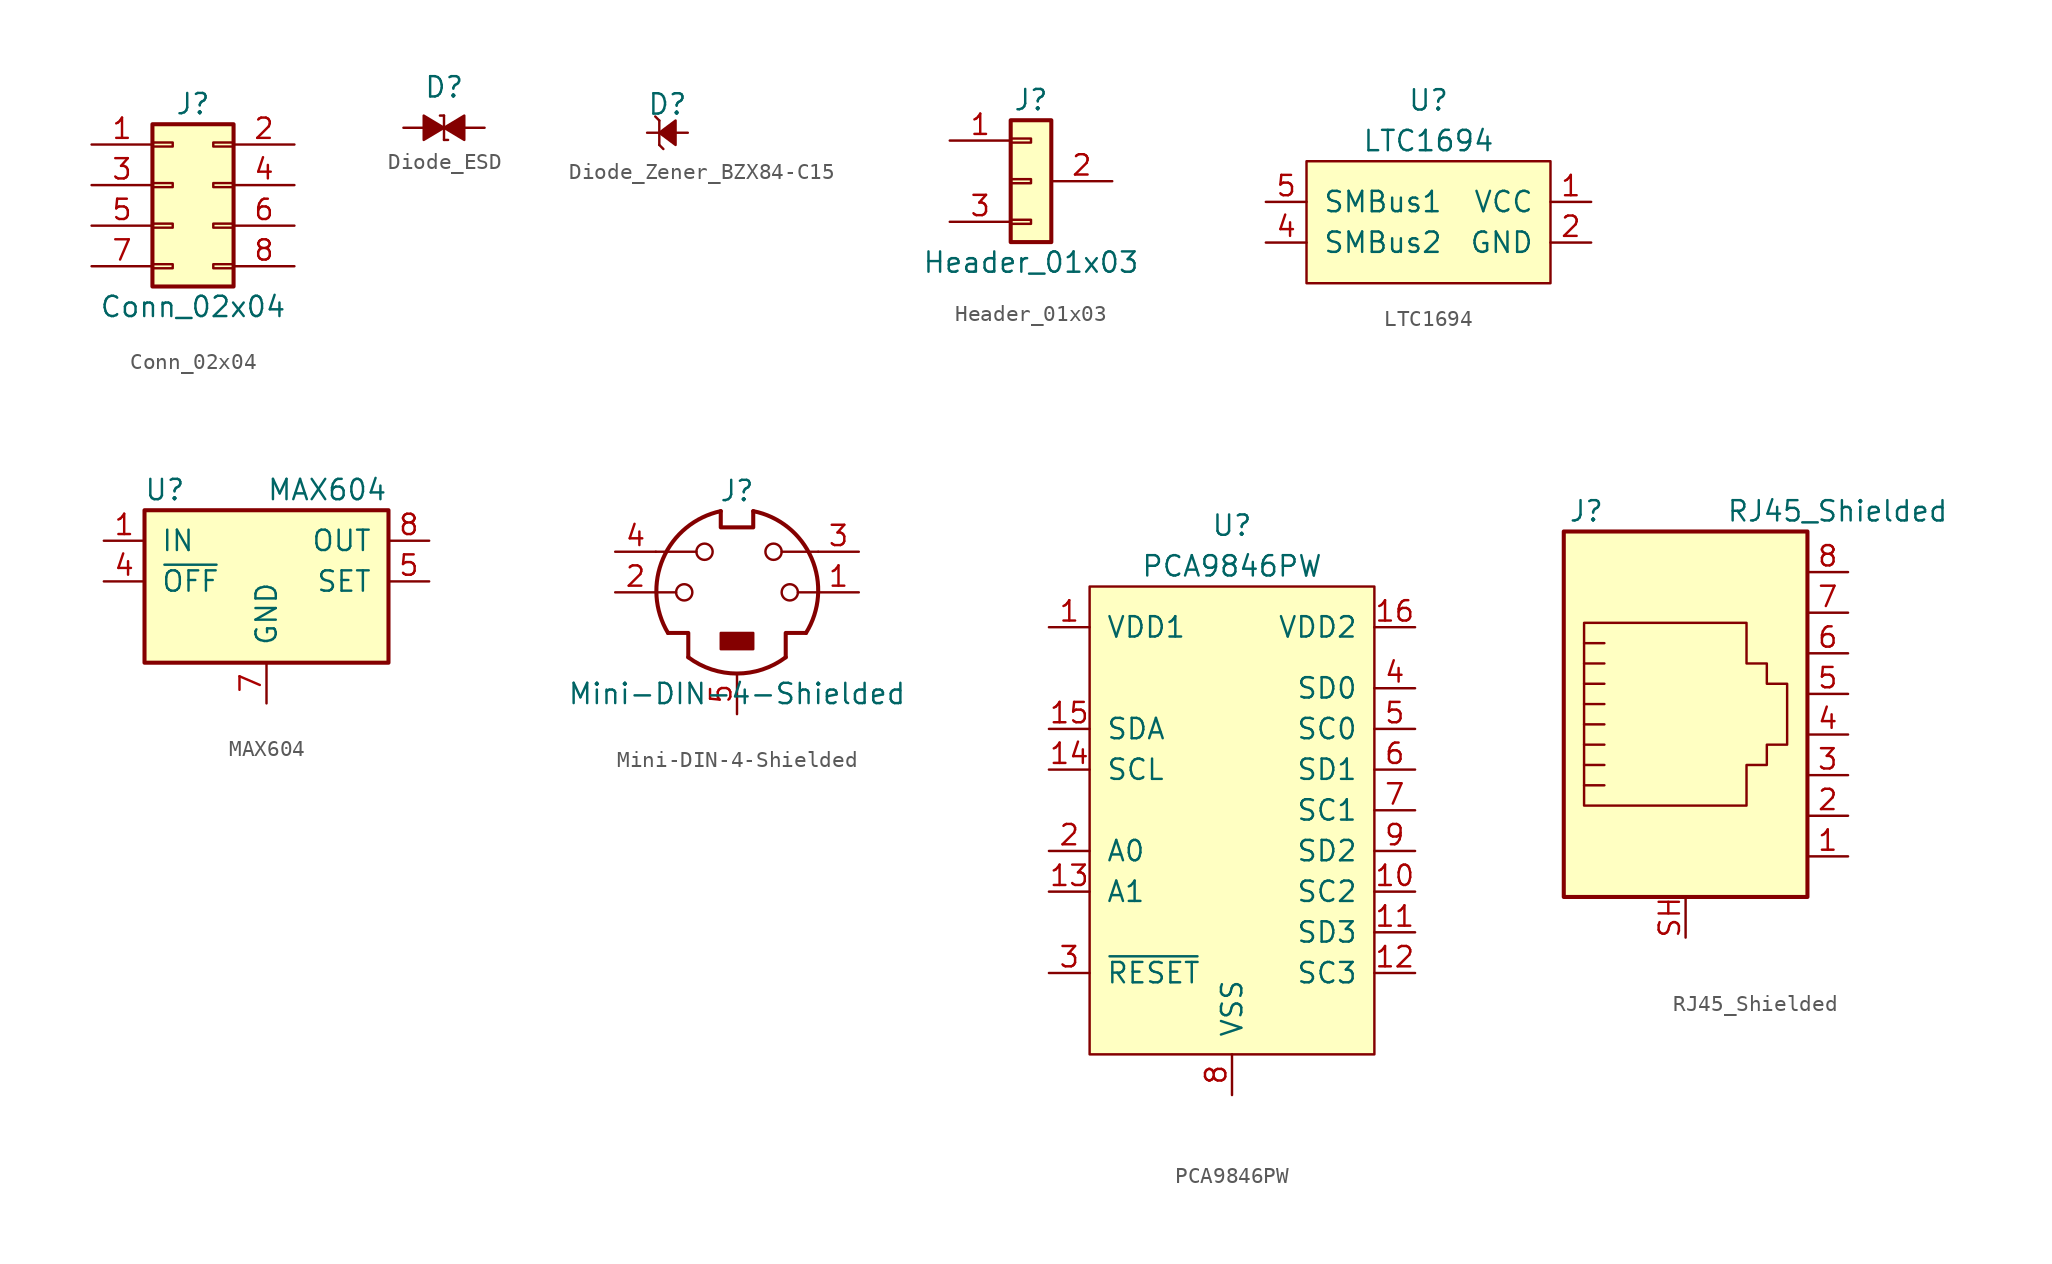
<source format=kicad_sym>
(kicad_symbol_lib
  (version 20211014)
  (generator kicad_symbol_editor)
  (symbol "Conn_02x04"
    (pin_names
      (offset 1.016) hide)
    (property "Reference" "J"
      (at 1.27 5.08 0)
      (effects (font (size 1.27 1.27))))
    (property "Value" "Conn_02x04"
      (at 1.27 -7.62 0)
      (effects (font (size 1.27 1.27))))
    (symbol "Conn_02x04_1_1"
      (rectangle (start -1.27 -4.953) (end 0 -5.207) (stroke (width 0.152) (type default) (color 0 0 0 0)) (fill (type none)))
      (rectangle (start -1.27 -2.413) (end 0 -2.667) (stroke (width 0.152) (type default) (color 0 0 0 0)) (fill (type none)))
      (rectangle (start -1.27 0.127) (end 0 -0.127) (stroke (width 0.152) (type default) (color 0 0 0 0)) (fill (type none)))
      (rectangle (start -1.27 2.667) (end 0 2.413) (stroke (width 0.152) (type default) (color 0 0 0 0)) (fill (type none)))
      (rectangle (start -1.27 3.81) (end 3.81 -6.35) (stroke (width 0.254) (type default) (color 0 0 0 0)) (fill (type background)))
      (rectangle (start 3.81 -4.953) (end 2.54 -5.207) (stroke (width 0.152) (type default) (color 0 0 0 0)) (fill (type none)))
      (rectangle (start 3.81 -2.413) (end 2.54 -2.667) (stroke (width 0.152) (type default) (color 0 0 0 0)) (fill (type none)))
      (rectangle (start 3.81 0.127) (end 2.54 -0.127) (stroke (width 0.152) (type default) (color 0 0 0 0)) (fill (type none)))
      (rectangle (start 3.81 2.667) (end 2.54 2.413) (stroke (width 0.152) (type default) (color 0 0 0 0)) (fill (type none)))
      (pin passive line (at -5.08 2.54 0) (length 3.81) (name "Pin_1" (effects (font (size 1.27 1.27)))) (number "1" (effects (font (size 1.27 1.27)))))
      (pin passive line (at 7.62 2.54 180) (length 3.81) (name "Pin_2" (effects (font (size 1.27 1.27)))) (number "2" (effects (font (size 1.27 1.27)))))
      (pin passive line (at -5.08 0 0) (length 3.81) (name "Pin_3" (effects (font (size 1.27 1.27)))) (number "3" (effects (font (size 1.27 1.27)))))
      (pin passive line (at 7.62 0 180) (length 3.81) (name "Pin_4" (effects (font (size 1.27 1.27)))) (number "4" (effects (font (size 1.27 1.27)))))
      (pin passive line (at -5.08 -2.54 0) (length 3.81) (name "Pin_5" (effects (font (size 1.27 1.27)))) (number "5" (effects (font (size 1.27 1.27)))))
      (pin passive line (at 7.62 -2.54 180) (length 3.81) (name "Pin_6" (effects (font (size 1.27 1.27)))) (number "6" (effects (font (size 1.27 1.27)))))
      (pin passive line (at -5.08 -5.08 0) (length 3.81) (name "Pin_7" (effects (font (size 1.27 1.27)))) (number "7" (effects (font (size 1.27 1.27)))))
      (pin passive line (at 7.62 -5.08 180) (length 3.81) (name "Pin_8" (effects (font (size 1.27 1.27)))) (number "8" (effects (font (size 1.27 1.27)))))))
  (symbol "Diode_ESD"
    (pin_numbers hide)
    (pin_names
      (offset 0) hide)
    (property "Reference" "D"
      (at -1.27 2.54 0)
      (effects (font (size 1.27 1.27)) (justify left)))
    (symbol "Diode_ESD_0_1"
      (polyline (pts (xy 0 -0.762) (xy 0.254 -0.762)) (stroke (width 0) (type default) (color 0 0 0 0)) (fill (type none)))
      (polyline (pts (xy 0 0.762) (xy -0.254 0.762)) (stroke (width 0) (type default) (color 0 0 0 0)) (fill (type none)))
      (polyline (pts (xy 0 0.762) (xy 0 -0.762)) (stroke (width 0) (type default) (color 0 0 0 0)) (fill (type none)))
      (polyline (pts (xy 0 0) (xy -1.27 0.762) (xy -1.27 -0.762) (xy 0 0)) (stroke (width 0) (type default) (color 0 0 0 0)) (fill (type outline)))
      (polyline (pts (xy 0 0) (xy 1.27 0.762) (xy 1.27 -0.762) (xy 0 0)) (stroke (width 0) (type default) (color 0 0 0 0)) (fill (type outline))))
    (symbol "Diode_ESD_1_1"
      (pin passive line (at -2.54 0 0) (length 1.27) (name "1" (effects (font (size 1.27 1.27)))) (number "1" (effects (font (size 1.27 1.27)))))
      (pin passive line (at 2.54 0 180) (length 1.27) (name "2" (effects (font (size 1.27 1.27)))) (number "2" (effects (font (size 1.27 1.27)))))))
  (symbol "Diode_Zener_BZX84-C15"
    (pin_numbers hide)
    (pin_names
      (offset 1.016) hide)
    (property "Reference" "D"
      (at 1.27 1.778 0)
      (effects (font (size 1.27 1.27))))
    (symbol "Diode_Zener_BZX84-C15_0_1"
      (polyline (pts (xy 0.762 -0.762) (xy 1.016 -1.016)) (stroke (width 0) (type default) (color 0 0 0 0)) (fill (type none)))
      (polyline (pts (xy 0.762 0.762) (xy 0.508 1.016)) (stroke (width 0) (type default) (color 0 0 0 0)) (fill (type none)))
      (polyline (pts (xy 0.762 0.762) (xy 0.762 -0.762)) (stroke (width 0) (type default) (color 0 0 0 0)) (fill (type none)))
      (polyline (pts (xy 1.778 0.762) (xy 0.762 0) (xy 1.778 -0.762) (xy 1.778 0.762)) (stroke (width 0) (type default) (color 0 0 0 0)) (fill (type outline))))
    (symbol "Diode_Zener_BZX84-C15_1_1"
      (pin passive line (at 2.54 0 180) (length 0.762) (name "A" (effects (font (size 1.27 1.27)))) (number "1" (effects (font (size 1.27 1.27)))))
      (pin no_connect line (at 4.572 3.81 0) (length 2.54) hide (name "" (effects (font (size 1.27 1.27)))) (number "2" (effects (font (size 1.27 1.27)))))
      (pin passive line (at 0 0 0) (length 0.762) (name "K" (effects (font (size 1.27 1.27)))) (number "3" (effects (font (size 1.27 1.27)))))))
  (symbol "Header_01x03"
    (pin_names
      (offset 1.016) hide)
    (property "Reference" "J"
      (at 0 5.08 0)
      (effects (font (size 1.27 1.27))))
    (property "Value" "Header_01x03"
      (at 0 -5.08 0)
      (effects (font (size 1.27 1.27))))
    (symbol "Header_01x03_1_1"
      (rectangle (start -1.27 -2.413) (end 0 -2.667) (stroke (width 0.152) (type default) (color 0 0 0 0)) (fill (type none)))
      (rectangle (start -1.27 0.127) (end 0 -0.127) (stroke (width 0.152) (type default) (color 0 0 0 0)) (fill (type none)))
      (rectangle (start -1.27 2.667) (end 0 2.413) (stroke (width 0.152) (type default) (color 0 0 0 0)) (fill (type none)))
      (rectangle (start -1.27 3.81) (end 1.27 -3.81) (stroke (width 0.254) (type default) (color 0 0 0 0)) (fill (type background)))
      (pin passive line (at -5.08 2.54 0) (length 3.81) (name "Pin_1" (effects (font (size 1.27 1.27)))) (number "1" (effects (font (size 1.27 1.27)))))
      (pin passive line (at 5.08 0 180) (length 3.81) (name "Pin_2" (effects (font (size 1.27 1.27)))) (number "2" (effects (font (size 1.27 1.27)))))
      (pin passive line (at -5.08 -2.54 0) (length 3.81) (name "Pin_3" (effects (font (size 1.27 1.27)))) (number "3" (effects (font (size 1.27 1.27)))))))
  (symbol "LTC1694"
    (pin_names
      (offset 1.016))
    (property "Reference" "U"
      (at 0 7.62 0)
      (effects (font (size 1.27 1.27))))
    (property "Value" "LTC1694"
      (at 0 5.08 0)
      (effects (font (size 1.27 1.27))))
    (symbol "LTC1694_0_0"
      (pin power_in line (at 10.16 1.27 180) (length 2.54) (name "VCC" (effects (font (size 1.27 1.27)))) (number "1" (effects (font (size 1.27 1.27)))))
      (pin power_in line (at 10.16 -1.27 180) (length 2.54) (name "GND" (effects (font (size 1.27 1.27)))) (number "2" (effects (font (size 1.27 1.27)))))
      (pin no_connect line (at 10.16 -3.81 180) (length 2.54) hide (name "NC" (effects (font (size 1.27 1.27)))) (number "3" (effects (font (size 1.27 1.27)))))
      (pin input line (at -10.16 -1.27 0) (length 2.54) (name "SMBus2" (effects (font (size 1.27 1.27)))) (number "4" (effects (font (size 1.27 1.27)))))
      (pin input line (at -10.16 1.27 0) (length 2.54) (name "SMBus1" (effects (font (size 1.27 1.27)))) (number "5" (effects (font (size 1.27 1.27))))))
    (symbol "LTC1694_0_1"
      (rectangle (start -7.62 3.81) (end 7.62 -3.81) (stroke (width 0) (type default) (color 0 0 0 0)) (fill (type background)))))
  (symbol "MAX604"
    (pin_names
      (offset 1.016))
    (property "Reference" "U"
      (at -6.35 5.715 0)
      (effects (font (size 1.27 1.27))))
    (property "Value" "MAX604"
      (at 0 5.715 0)
      (effects (font (size 1.27 1.27)) (justify left)))
    (symbol "MAX604_0_1"
      (rectangle (start -7.62 4.445) (end 7.62 -5.08) (stroke (width 0.254) (type default) (color 0 0 0 0)) (fill (type background))))
    (symbol "MAX604_1_1"
      (pin power_in line (at -10.16 2.54 0) (length 2.54) (name "IN" (effects (font (size 1.27 1.27)))) (number "1" (effects (font (size 1.27 1.27)))))
      (pin passive line (at 0 -7.62 90) (length 2.54) hide (name "GND" (effects (font (size 1.27 1.27)))) (number "2" (effects (font (size 1.27 1.27)))))
      (pin passive line (at 0 -7.62 90) (length 2.54) hide (name "GND" (effects (font (size 1.27 1.27)))) (number "3" (effects (font (size 1.27 1.27)))))
      (pin input line (at -10.16 0 0) (length 2.54) (name "~{OFF}" (effects (font (size 1.27 1.27)))) (number "4" (effects (font (size 1.27 1.27)))))
      (pin passive line (at 10.16 0 180) (length 2.54) (name "SET" (effects (font (size 1.27 1.27)))) (number "5" (effects (font (size 1.27 1.27)))))
      (pin passive line (at 0 -7.62 90) (length 2.54) hide (name "GND" (effects (font (size 1.27 1.27)))) (number "6" (effects (font (size 1.27 1.27)))))
      (pin power_in line (at 0 -7.62 90) (length 2.54) (name "GND" (effects (font (size 1.27 1.27)))) (number "7" (effects (font (size 1.27 1.27)))))
      (pin power_out line (at 10.16 2.54 180) (length 2.54) (name "OUT" (effects (font (size 1.27 1.27)))) (number "8" (effects (font (size 1.27 1.27)))))))
  (symbol "Mini-DIN-4-Shielded"
    (pin_names
      (offset 1.016))
    (property "Reference" "J"
      (at 0 6.35 0)
      (effects (font (size 1.27 1.27))))
    (property "Value" "Mini-DIN-4-Shielded"
      (at 0 -6.35 0)
      (effects (font (size 1.27 1.27))))
    (symbol "Mini-DIN-4-Shielded_0_1"
      (circle (center -3.302 0) (radius 0.508) (stroke (width 0) (type default) (color 0 0 0 0)) (fill (type none)))
      (arc (start -3.048 -4.064) (mid 0 -5.08) (end 3.048 -4.064) (stroke (width 0.254) (type default) (color 0 0 0 0)) (fill (type none)))
      (circle (center -2.032 2.54) (radius 0.508) (stroke (width 0) (type default) (color 0 0 0 0)) (fill (type none)))
      (rectangle (start -1.016 -2.54) (end 1.016 -3.556) (stroke (width 0) (type default) (color 0 0 0 0)) (fill (type outline)))
      (arc (start -1.016 5.08) (mid -4.6243 2.1182) (end -4.318 -2.54) (stroke (width 0.254) (type default) (color 0 0 0 0)) (fill (type none)))
      (polyline (pts (xy -3.81 0) (xy -5.08 0)) (stroke (width 0) (type default) (color 0 0 0 0)) (fill (type none)))
      (polyline (pts (xy -2.54 2.54) (xy -5.08 2.54)) (stroke (width 0) (type default) (color 0 0 0 0)) (fill (type none)))
      (polyline (pts (xy 2.794 2.54) (xy 5.08 2.54)) (stroke (width 0) (type default) (color 0 0 0 0)) (fill (type none)))
      (polyline (pts (xy 5.08 0) (xy 3.81 0)) (stroke (width 0) (type default) (color 0 0 0 0)) (fill (type none)))
      (polyline (pts (xy -4.318 -2.54) (xy -3.048 -2.54) (xy -3.048 -4.064)) (stroke (width 0.254) (type default) (color 0 0 0 0)) (fill (type none)))
      (polyline (pts (xy 4.318 -2.54) (xy 3.048 -2.54) (xy 3.048 -4.064)) (stroke (width 0.254) (type default) (color 0 0 0 0)) (fill (type none)))
      (polyline (pts (xy -1.016 5.08) (xy -1.016 4.064) (xy 1.016 4.064) (xy 1.016 5.08)) (stroke (width 0.254) (type default) (color 0 0 0 0)) (fill (type none)))
      (circle (center 2.286 2.54) (radius 0.508) (stroke (width 0) (type default) (color 0 0 0 0)) (fill (type none)))
      (circle (center 3.302 0) (radius 0.508) (stroke (width 0) (type default) (color 0 0 0 0)) (fill (type none)))
      (arc (start 4.318 -2.54) (mid 4.6646 2.1357) (end 1.016 5.08) (stroke (width 0.254) (type default) (color 0 0 0 0)) (fill (type none))))
    (symbol "Mini-DIN-4-Shielded_1_1"
      (pin passive line (at 7.62 0 180) (length 2.54) (name "~" (effects (font (size 1.27 1.27)))) (number "1" (effects (font (size 1.27 1.27)))))
      (pin passive line (at -7.62 0 0) (length 2.54) (name "~" (effects (font (size 1.27 1.27)))) (number "2" (effects (font (size 1.27 1.27)))))
      (pin passive line (at 7.62 2.54 180) (length 2.54) (name "~" (effects (font (size 1.27 1.27)))) (number "3" (effects (font (size 1.27 1.27)))))
      (pin passive line (at -7.62 2.54 0) (length 2.54) (name "~" (effects (font (size 1.27 1.27)))) (number "4" (effects (font (size 1.27 1.27)))))
      (pin input line (at 0 -7.62 90) (length 2.54) (name "" (effects (font (size 1.27 1.27)))) (number "5" (effects (font (size 1.27 1.27)))))))
  (symbol "PCA9846PW"
    (pin_names
      (offset 1.016))
    (property "Reference" "U"
      (at 0 19.05 0)
      (effects (font (size 1.27 1.27))))
    (property "Value" "PCA9846PW"
      (at 0 16.51 0)
      (effects (font (size 1.27 1.27))))
    (symbol "PCA9846PW_0_0"
      (pin power_in line (at -11.43 12.7 0) (length 2.54) (name "VDD1" (effects (font (size 1.27 1.27)))) (number "1" (effects (font (size 1.27 1.27)))))
      (pin output line (at 11.43 -3.81 180) (length 2.54) (name "SC2" (effects (font (size 1.27 1.27)))) (number "10" (effects (font (size 1.27 1.27)))))
      (pin bidirectional line (at 11.43 -6.35 180) (length 2.54) (name "SD3" (effects (font (size 1.27 1.27)))) (number "11" (effects (font (size 1.27 1.27)))))
      (pin output line (at 11.43 -8.89 180) (length 2.54) (name "SC3" (effects (font (size 1.27 1.27)))) (number "12" (effects (font (size 1.27 1.27)))))
      (pin input line (at -11.43 -3.81 0) (length 2.54) (name "A1" (effects (font (size 1.27 1.27)))) (number "13" (effects (font (size 1.27 1.27)))))
      (pin input line (at -11.43 3.81 0) (length 2.54) (name "SCL" (effects (font (size 1.27 1.27)))) (number "14" (effects (font (size 1.27 1.27)))))
      (pin bidirectional line (at -11.43 6.35 0) (length 2.54) (name "SDA" (effects (font (size 1.27 1.27)))) (number "15" (effects (font (size 1.27 1.27)))))
      (pin power_in line (at 11.43 12.7 180) (length 2.54) (name "VDD2" (effects (font (size 1.27 1.27)))) (number "16" (effects (font (size 1.27 1.27)))))
      (pin input line (at -11.43 -1.27 0) (length 2.54) (name "A0" (effects (font (size 1.27 1.27)))) (number "2" (effects (font (size 1.27 1.27)))))
      (pin input line (at -11.43 -8.89 0) (length 2.54) (name "~{RESET}" (effects (font (size 1.27 1.27)))) (number "3" (effects (font (size 1.27 1.27)))))
      (pin bidirectional line (at 11.43 8.89 180) (length 2.54) (name "SD0" (effects (font (size 1.27 1.27)))) (number "4" (effects (font (size 1.27 1.27)))))
      (pin output line (at 11.43 6.35 180) (length 2.54) (name "SC0" (effects (font (size 1.27 1.27)))) (number "5" (effects (font (size 1.27 1.27)))))
      (pin bidirectional line (at 11.43 3.81 180) (length 2.54) (name "SD1" (effects (font (size 1.27 1.27)))) (number "6" (effects (font (size 1.27 1.27)))))
      (pin output line (at 11.43 1.27 180) (length 2.54) (name "SC1" (effects (font (size 1.27 1.27)))) (number "7" (effects (font (size 1.27 1.27)))))
      (pin power_in line (at 0 -16.51 90) (length 2.54) (name "VSS" (effects (font (size 1.27 1.27)))) (number "8" (effects (font (size 1.27 1.27)))))
      (pin bidirectional line (at 11.43 -1.27 180) (length 2.54) (name "SD2" (effects (font (size 1.27 1.27)))) (number "9" (effects (font (size 1.27 1.27))))))
    (symbol "PCA9846PW_0_1"
      (rectangle (start -8.89 15.24) (end 8.89 -13.97) (stroke (width 0) (type default) (color 0 0 0 0)) (fill (type background)))))
  (symbol "RJ45_Shielded"
    (pin_names
      (offset 1.016))
    (property "Reference" "J"
      (at -5.08 13.97 0)
      (effects (font (size 1.27 1.27)) (justify right)))
    (property "Value" "RJ45_Shielded"
      (at 2.54 13.97 0)
      (effects (font (size 1.27 1.27)) (justify left)))
    (symbol "RJ45_Shielded_0_1"
      (polyline (pts (xy -5.08 4.445) (xy -6.35 4.445)) (stroke (width 0) (type default) (color 0 0 0 0)) (fill (type none)))
      (polyline (pts (xy -5.08 5.715) (xy -6.35 5.715)) (stroke (width 0) (type default) (color 0 0 0 0)) (fill (type none)))
      (polyline (pts (xy -6.35 -3.175) (xy -5.08 -3.175) (xy -5.08 -3.175)) (stroke (width 0) (type default) (color 0 0 0 0)) (fill (type none)))
      (polyline (pts (xy -6.35 -1.905) (xy -5.08 -1.905) (xy -5.08 -1.905)) (stroke (width 0) (type default) (color 0 0 0 0)) (fill (type none)))
      (polyline (pts (xy -6.35 -0.635) (xy -5.08 -0.635) (xy -5.08 -0.635)) (stroke (width 0) (type default) (color 0 0 0 0)) (fill (type none)))
      (polyline (pts (xy -6.35 0.635) (xy -5.08 0.635) (xy -5.08 0.635)) (stroke (width 0) (type default) (color 0 0 0 0)) (fill (type none)))
      (polyline (pts (xy -6.35 1.905) (xy -5.08 1.905) (xy -5.08 1.905)) (stroke (width 0) (type default) (color 0 0 0 0)) (fill (type none)))
      (polyline (pts (xy -5.08 3.175) (xy -6.35 3.175) (xy -6.35 3.175)) (stroke (width 0) (type default) (color 0 0 0 0)) (fill (type none)))
      (polyline (pts (xy -6.35 -4.445) (xy -6.35 6.985) (xy 3.81 6.985) (xy 3.81 4.445) (xy 5.08 4.445) (xy 5.08 3.175) (xy 6.35 3.175) (xy 6.35 -0.635) (xy 5.08 -0.635) (xy 5.08 -1.905) (xy 3.81 -1.905) (xy 3.81 -4.445) (xy -6.35 -4.445) (xy -6.35 -4.445)) (stroke (width 0) (type default) (color 0 0 0 0)) (fill (type none)))
      (rectangle (start 7.62 12.7) (end -7.62 -10.16) (stroke (width 0.254) (type default) (color 0 0 0 0)) (fill (type background))))
    (symbol "RJ45_Shielded_1_1"
      (pin passive line (at 10.16 -7.62 180) (length 2.54) (name "~" (effects (font (size 1.27 1.27)))) (number "1" (effects (font (size 1.27 1.27)))))
      (pin passive line (at 10.16 -5.08 180) (length 2.54) (name "~" (effects (font (size 1.27 1.27)))) (number "2" (effects (font (size 1.27 1.27)))))
      (pin passive line (at 10.16 -2.54 180) (length 2.54) (name "~" (effects (font (size 1.27 1.27)))) (number "3" (effects (font (size 1.27 1.27)))))
      (pin passive line (at 10.16 0 180) (length 2.54) (name "~" (effects (font (size 1.27 1.27)))) (number "4" (effects (font (size 1.27 1.27)))))
      (pin passive line (at 10.16 2.54 180) (length 2.54) (name "~" (effects (font (size 1.27 1.27)))) (number "5" (effects (font (size 1.27 1.27)))))
      (pin passive line (at 10.16 5.08 180) (length 2.54) (name "~" (effects (font (size 1.27 1.27)))) (number "6" (effects (font (size 1.27 1.27)))))
      (pin passive line (at 10.16 7.62 180) (length 2.54) (name "~" (effects (font (size 1.27 1.27)))) (number "7" (effects (font (size 1.27 1.27)))))
      (pin passive line (at 10.16 10.16 180) (length 2.54) (name "~" (effects (font (size 1.27 1.27)))) (number "8" (effects (font (size 1.27 1.27)))))
      (pin passive line (at 0 -12.7 90) (length 2.54) (name "~" (effects (font (size 1.27 1.27)))) (number "SH" (effects (font (size 1.27 1.27))))))))
</source>
